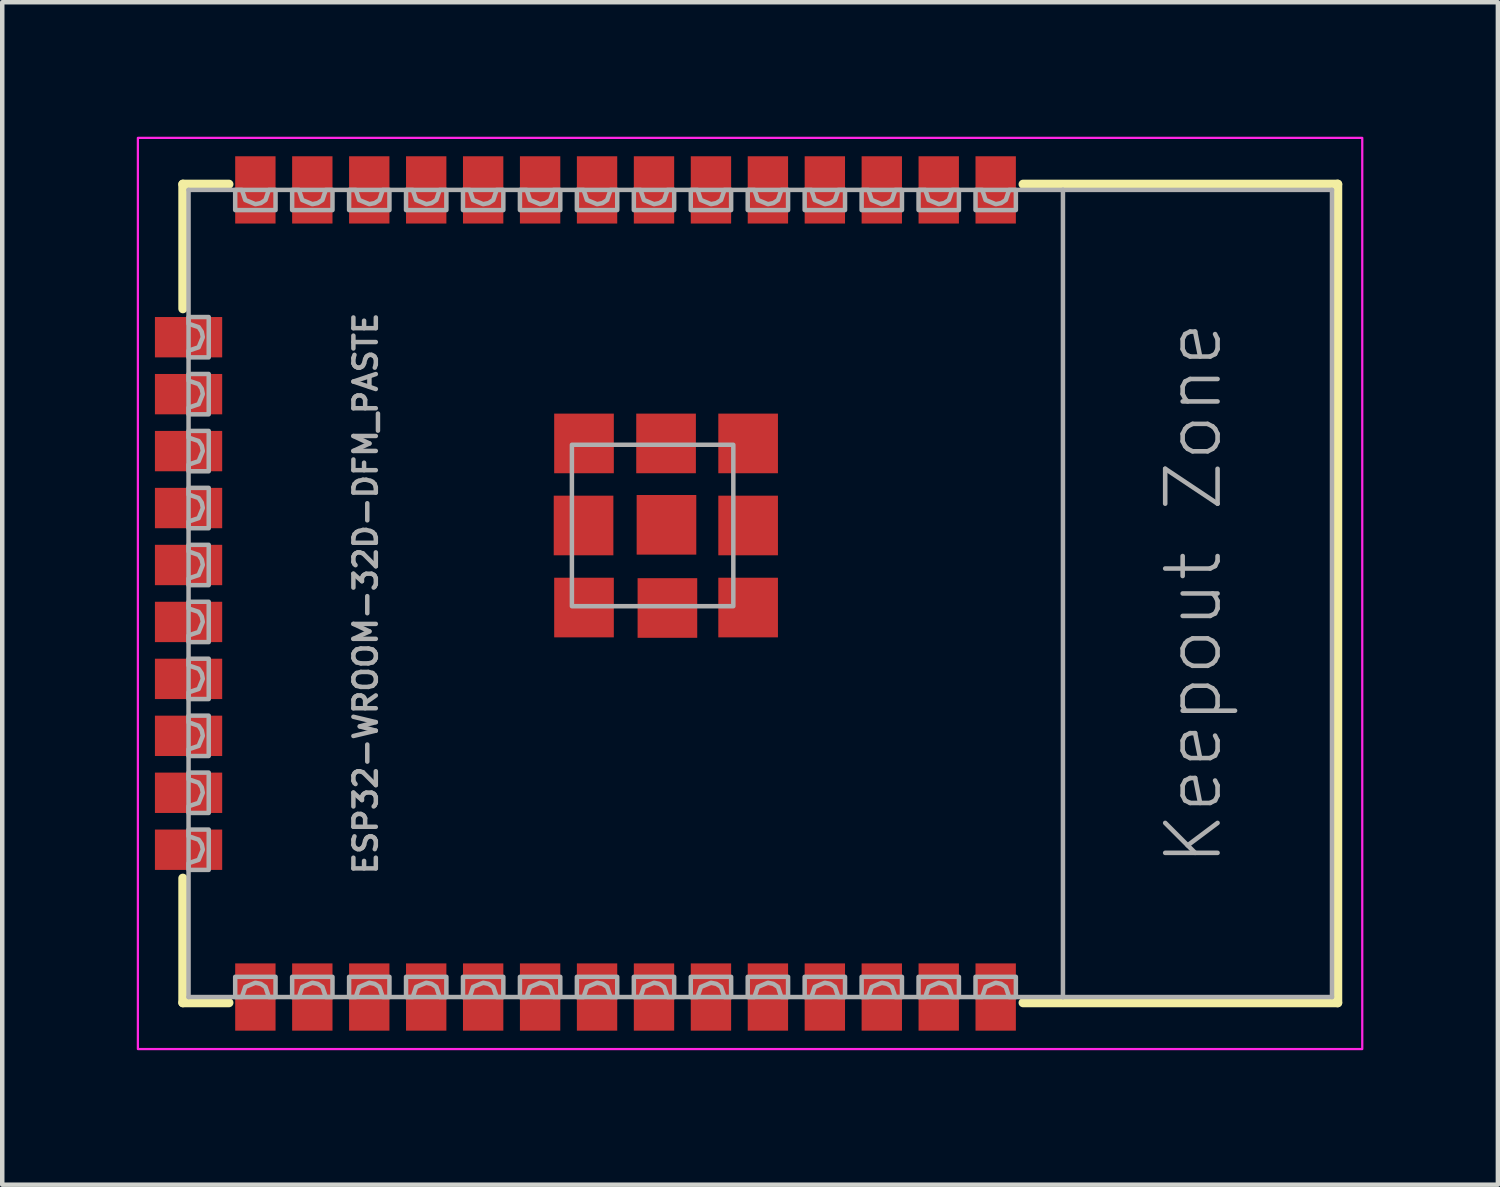
<source format=kicad_pcb>
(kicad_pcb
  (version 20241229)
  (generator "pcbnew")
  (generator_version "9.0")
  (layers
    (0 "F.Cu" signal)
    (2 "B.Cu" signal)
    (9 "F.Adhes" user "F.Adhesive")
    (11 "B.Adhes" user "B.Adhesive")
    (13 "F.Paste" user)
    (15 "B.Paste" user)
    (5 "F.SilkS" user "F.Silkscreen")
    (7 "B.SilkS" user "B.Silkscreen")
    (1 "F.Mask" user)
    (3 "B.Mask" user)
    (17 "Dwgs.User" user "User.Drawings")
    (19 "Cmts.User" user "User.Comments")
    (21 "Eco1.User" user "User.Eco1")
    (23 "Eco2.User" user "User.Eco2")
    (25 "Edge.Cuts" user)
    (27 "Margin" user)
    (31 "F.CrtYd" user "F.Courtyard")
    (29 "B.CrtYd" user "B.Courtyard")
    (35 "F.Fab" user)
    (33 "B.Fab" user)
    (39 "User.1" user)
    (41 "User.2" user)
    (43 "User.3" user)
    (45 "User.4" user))
  (footprint "ESP32-WROOM-32D-DFM_PASTE"
    (layer "F.Cu")
    (at 12.725 10.185)
    (property "Reference" "ESP32-WROOM-32D-DFM_PASTE" (at -7.62 0 90) (layer "F.Fab") (effects (font (size 0.5 0.5) (thickness 0.1) (bold yes))))
    (fp_line (start -11.697 -9.127) (end -10.67 -9.127) (stroke (width 0.203) (type solid)) (layer "F.SilkS"))
    (fp_line (start -11.697 -6.35) (end -11.697 -9.127) (stroke (width 0.203) (type solid)) (layer "F.SilkS"))
    (fp_line (start -11.697 6.35) (end -11.697 9.127) (stroke (width 0.203) (type solid)) (layer "F.SilkS"))
    (fp_line (start -11.697 9.127) (end -10.67 9.127) (stroke (width 0.203) (type solid)) (layer "F.SilkS"))
    (fp_line (start 7.041 -9.127) (end 14.057 -9.127) (stroke (width 0.203) (type solid)) (layer "F.SilkS"))
    (fp_line (start 7.041 9.127) (end 14.057 9.127) (stroke (width 0.203) (type solid)) (layer "F.SilkS"))
    (fp_line (start 14.057 -9.127) (end 14.057 9.127) (stroke (width 0.203) (type solid)) (layer "F.SilkS"))
    (fp_poly (pts (xy -10.8 -5.2) (xy -10.8 -6.2) (xy -12.6 -6.2) (xy -12.6 -5.2)) (stroke (width 0) (type default)) (fill yes) (layer "F.Paste"))
    (fp_poly (pts (xy -10.8 -3.95) (xy -10.8 -4.95) (xy -12.6 -4.95) (xy -12.6 -3.95)) (stroke (width 0) (type default)) (fill yes) (layer "F.Paste"))
    (fp_poly (pts (xy -10.8 -2.7) (xy -10.8 -3.7) (xy -12.6 -3.7) (xy -12.6 -2.7)) (stroke (width 0) (type default)) (fill yes) (layer "F.Paste"))
    (fp_poly (pts (xy -10.8 -1.4) (xy -10.8 -2.4) (xy -12.6 -2.4) (xy -12.6 -1.4)) (stroke (width 0) (type default)) (fill yes) (layer "F.Paste"))
    (fp_poly (pts (xy -10.8 -0.15) (xy -10.8 -1.15) (xy -12.6 -1.15) (xy -12.6 -0.15)) (stroke (width 0) (type default)) (fill yes) (layer "F.Paste"))
    (fp_poly (pts (xy -10.8 1.15) (xy -10.8 0.15) (xy -12.6 0.15) (xy -12.6 1.15)) (stroke (width 0) (type default)) (fill yes) (layer "F.Paste"))
    (fp_poly (pts (xy -10.8 2.4) (xy -10.8 1.4) (xy -12.6 1.4) (xy -12.6 2.4)) (stroke (width 0) (type default)) (fill yes) (layer "F.Paste"))
    (fp_poly (pts (xy -10.8 3.65) (xy -10.8 2.65) (xy -12.6 2.65) (xy -12.6 3.65)) (stroke (width 0) (type default)) (fill yes) (layer "F.Paste"))
    (fp_poly (pts (xy -10.8 4.95) (xy -10.8 3.95) (xy -12.6 3.95) (xy -12.6 4.95)) (stroke (width 0) (type default)) (fill yes) (layer "F.Paste"))
    (fp_poly (pts (xy -10.8 6.2) (xy -10.8 5.2) (xy -12.6 5.2) (xy -12.6 6.2)) (stroke (width 0) (type default)) (fill yes) (layer "F.Paste"))
    (fp_poly (pts (xy -10.6 -8.2) (xy -9.6 -8.2) (xy -9.6 -10) (xy -10.6 -10)) (stroke (width 0) (type default)) (fill yes) (layer "F.Paste"))
    (fp_poly (pts (xy -9.6 8.2) (xy -10.6 8.2) (xy -10.6 10) (xy -9.6 10)) (stroke (width 0) (type default)) (fill yes) (layer "F.Paste"))
    (fp_poly (pts (xy -9.3 -8.2) (xy -8.3 -8.2) (xy -8.3 -10) (xy -9.3 -10)) (stroke (width 0) (type default)) (fill yes) (layer "F.Paste"))
    (fp_poly (pts (xy -8.3 8.2) (xy -9.3 8.2) (xy -9.3 10) (xy -8.3 10)) (stroke (width 0) (type default)) (fill yes) (layer "F.Paste"))
    (fp_poly (pts (xy -8.05 -8.2) (xy -7.05 -8.2) (xy -7.05 -10) (xy -8.05 -10)) (stroke (width 0) (type default)) (fill yes) (layer "F.Paste"))
    (fp_poly (pts (xy -7.05 8.2) (xy -8.05 8.2) (xy -8.05 10) (xy -7.05 10)) (stroke (width 0) (type default)) (fill yes) (layer "F.Paste"))
    (fp_poly (pts (xy -6.75 -8.2) (xy -5.75 -8.2) (xy -5.75 -10) (xy -6.75 -10)) (stroke (width 0) (type default)) (fill yes) (layer "F.Paste"))
    (fp_poly (pts (xy -5.75 8.2) (xy -6.75 8.2) (xy -6.75 10) (xy -5.75 10)) (stroke (width 0) (type default)) (fill yes) (layer "F.Paste"))
    (fp_poly (pts (xy -5.5 -8.2) (xy -4.5 -8.2) (xy -4.5 -10) (xy -5.5 -10)) (stroke (width 0) (type default)) (fill yes) (layer "F.Paste"))
    (fp_poly (pts (xy -4.5 8.2) (xy -5.5 8.2) (xy -5.5 10) (xy -4.5 10)) (stroke (width 0) (type default)) (fill yes) (layer "F.Paste"))
    (fp_poly (pts (xy -4.25 -8.2) (xy -3.25 -8.2) (xy -3.25 -10) (xy -4.25 -10)) (stroke (width 0) (type default)) (fill yes) (layer "F.Paste"))
    (fp_poly (pts (xy -3.25 8.2) (xy -4.25 8.2) (xy -4.25 10) (xy -3.25 10)) (stroke (width 0) (type default)) (fill yes) (layer "F.Paste"))
    (fp_poly (pts (xy -3.2 -2.9) (xy -2.3 -2.9) (xy -2.3 -3.8) (xy -3.2 -3.8)) (stroke (width 0) (type default)) (fill yes) (layer "F.Paste"))
    (fp_poly (pts (xy -3.2 -1.05) (xy -2.3 -1.05) (xy -2.3 -1.95) (xy -3.2 -1.95)) (stroke (width 0) (type default)) (fill yes) (layer "F.Paste"))
    (fp_poly (pts (xy -3.2 0.8) (xy -2.3 0.8) (xy -2.3 -0.1) (xy -3.2 -0.1)) (stroke (width 0) (type default)) (fill yes) (layer "F.Paste"))
    (fp_poly (pts (xy -2.95 -8.2) (xy -1.95 -8.2) (xy -1.95 -10) (xy -2.95 -10)) (stroke (width 0) (type default)) (fill yes) (layer "F.Paste"))
    (fp_poly (pts (xy -1.95 8.2) (xy -2.95 8.2) (xy -2.95 10) (xy -1.95 10)) (stroke (width 0) (type default)) (fill yes) (layer "F.Paste"))
    (fp_poly (pts (xy -1.7 -8.2) (xy -0.7 -8.2) (xy -0.7 -10) (xy -1.7 -10)) (stroke (width 0) (type default)) (fill yes) (layer "F.Paste"))
    (fp_poly (pts (xy -1.35 -2.9) (xy -0.45 -2.9) (xy -0.45 -3.8) (xy -1.35 -3.8)) (stroke (width 0) (type default)) (fill yes) (layer "F.Paste"))
    (fp_poly (pts (xy -1.35 -1.1) (xy -0.45 -1.1) (xy -0.45 -2) (xy -1.35 -2)) (stroke (width 0) (type default)) (fill yes) (layer "F.Paste"))
    (fp_poly (pts (xy -1.35 0.8) (xy -0.45 0.8) (xy -0.45 -0.1) (xy -1.35 -0.1)) (stroke (width 0) (type default)) (fill yes) (layer "F.Paste"))
    (fp_poly (pts (xy -0.7 8.2) (xy -1.7 8.2) (xy -1.7 10) (xy -0.7 10)) (stroke (width 0) (type default)) (fill yes) (layer "F.Paste"))
    (fp_poly (pts (xy -0.4 -8.2) (xy 0.6 -8.2) (xy 0.6 -10) (xy -0.4 -10)) (stroke (width 0) (type default)) (fill yes) (layer "F.Paste"))
    (fp_poly (pts (xy 0.45 -2.9) (xy 1.35 -2.9) (xy 1.35 -3.8) (xy 0.45 -3.8)) (stroke (width 0) (type default)) (fill yes) (layer "F.Paste"))
    (fp_poly (pts (xy 0.5 -1.05) (xy 1.4 -1.05) (xy 1.4 -1.95) (xy 0.5 -1.95)) (stroke (width 0) (type default)) (fill yes) (layer "F.Paste"))
    (fp_poly (pts (xy 0.5 0.8) (xy 1.4 0.8) (xy 1.4 -0.1) (xy 0.5 -0.1)) (stroke (width 0) (type default)) (fill yes) (layer "F.Paste"))
    (fp_poly (pts (xy 0.6 8.2) (xy -0.4 8.2) (xy -0.4 10) (xy 0.6 10)) (stroke (width 0) (type default)) (fill yes) (layer "F.Paste"))
    (fp_poly (pts (xy 0.85 -8.2) (xy 1.85 -8.2) (xy 1.85 -10) (xy 0.85 -10)) (stroke (width 0) (type default)) (fill yes) (layer "F.Paste"))
    (fp_poly (pts (xy 1.85 8.2) (xy 0.85 8.2) (xy 0.85 10) (xy 1.85 10)) (stroke (width 0) (type default)) (fill yes) (layer "F.Paste"))
    (fp_poly (pts (xy 2.1 -8.2) (xy 3.1 -8.2) (xy 3.1 -10) (xy 2.1 -10)) (stroke (width 0) (type default)) (fill yes) (layer "F.Paste"))
    (fp_poly (pts (xy 3.1 8.2) (xy 2.1 8.2) (xy 2.1 10) (xy 3.1 10)) (stroke (width 0) (type default)) (fill yes) (layer "F.Paste"))
    (fp_poly (pts (xy 3.4 -8.2) (xy 4.4 -8.2) (xy 4.4 -10) (xy 3.4 -10)) (stroke (width 0) (type default)) (fill yes) (layer "F.Paste"))
    (fp_poly (pts (xy 4.4 8.2) (xy 3.4 8.2) (xy 3.4 10) (xy 4.4 10)) (stroke (width 0) (type default)) (fill yes) (layer "F.Paste"))
    (fp_poly (pts (xy 4.65 -8.2) (xy 5.65 -8.2) (xy 5.65 -10) (xy 4.65 -10)) (stroke (width 0) (type default)) (fill yes) (layer "F.Paste"))
    (fp_poly (pts (xy 5.65 8.2) (xy 4.65 8.2) (xy 4.65 10) (xy 5.65 10)) (stroke (width 0) (type default)) (fill yes) (layer "F.Paste"))
    (fp_poly (pts (xy 5.95 -8.2) (xy 6.95 -8.2) (xy 6.95 -10) (xy 5.95 -10)) (stroke (width 0) (type default)) (fill yes) (layer "F.Paste"))
    (fp_poly (pts (xy 6.95 8.2) (xy 5.95 8.2) (xy 5.95 10) (xy 6.95 10)) (stroke (width 0) (type default)) (fill yes) (layer "F.Paste"))
    (fp_rect (start 14.605 -10.16) (end -12.7 10.16) (stroke (width 0.05) (type default)) (fill no) (layer "F.CrtYd"))
    (fp_line (start -11.57 -9) (end 7.93 -9) (stroke (width 0.1) (type solid)) (layer "F.Fab"))
    (fp_line (start -11.57 9) (end -11.57 -9) (stroke (width 0.1) (type solid)) (layer "F.Fab"))
    (fp_line (start 7.93 -9) (end 13.93 -9) (stroke (width 0.1) (type solid)) (layer "F.Fab"))
    (fp_line (start 7.93 9) (end -11.57 9) (stroke (width 0.1) (type solid)) (layer "F.Fab"))
    (fp_line (start 7.93 9) (end 7.93 -9) (stroke (width 0.1) (type solid)) (layer "F.Fab"))
    (fp_line (start 13.93 -9) (end 13.93 9) (stroke (width 0.1) (type solid)) (layer "F.Fab"))
    (fp_line (start 13.93 9) (end 7.93 9) (stroke (width 0.1) (type solid)) (layer "F.Fab"))
    (fp_poly (pts (xy -3.021 0.284) (xy 0.579 0.284) (xy 0.579 -3.316) (xy -3.021 -3.316)) (stroke (width 0.1) (type default)) (fill no) (layer "F.Fab"))
    (fp_poly (pts (xy -11.12 -5.265) (xy -11.57 -5.265) (xy -11.57 -5.415) (xy -11.345 -5.49) (xy -11.252 -5.715) (xy -11.276 -5.837) (xy -11.345 -5.94) (xy -11.57 -6.015) (xy -11.57 -6.015) (xy -11.57 -6.165) (xy -11.12 -6.165)) (stroke (width 0.1) (type default)) (fill no) (layer "F.Fab"))
    (fp_poly (pts (xy -11.12 -3.995) (xy -11.57 -3.995) (xy -11.57 -4.145) (xy -11.345 -4.22) (xy -11.252 -4.445) (xy -11.276 -4.567) (xy -11.345 -4.67) (xy -11.57 -4.745) (xy -11.57 -4.745) (xy -11.57 -4.895) (xy -11.12 -4.895)) (stroke (width 0.1) (type default)) (fill no) (layer "F.Fab"))
    (fp_poly (pts (xy -11.12 -2.725) (xy -11.57 -2.725) (xy -11.57 -2.875) (xy -11.345 -2.95) (xy -11.252 -3.175) (xy -11.276 -3.297) (xy -11.345 -3.4) (xy -11.57 -3.475) (xy -11.57 -3.475) (xy -11.57 -3.625) (xy -11.12 -3.625)) (stroke (width 0.1) (type default)) (fill no) (layer "F.Fab"))
    (fp_poly (pts (xy -11.12 -1.455) (xy -11.57 -1.455) (xy -11.57 -1.605) (xy -11.345 -1.68) (xy -11.252 -1.905) (xy -11.276 -2.027) (xy -11.345 -2.13) (xy -11.57 -2.205) (xy -11.57 -2.205) (xy -11.57 -2.355) (xy -11.12 -2.355)) (stroke (width 0.1) (type default)) (fill no) (layer "F.Fab"))
    (fp_poly (pts (xy -11.12 -0.185) (xy -11.57 -0.185) (xy -11.57 -0.335) (xy -11.345 -0.41) (xy -11.252 -0.635) (xy -11.276 -0.757) (xy -11.345 -0.86) (xy -11.57 -0.935) (xy -11.57 -0.935) (xy -11.57 -1.085) (xy -11.12 -1.085)) (stroke (width 0.1) (type default)) (fill no) (layer "F.Fab"))
    (fp_poly (pts (xy -11.12 1.085) (xy -11.57 1.085) (xy -11.57 0.935) (xy -11.345 0.86) (xy -11.345 0.86) (xy -11.252 0.635) (xy -11.276 0.513) (xy -11.345 0.41) (xy -11.57 0.335) (xy -11.57 0.185) (xy -11.12 0.185)) (stroke (width 0.1) (type default)) (fill no) (layer "F.Fab"))
    (fp_poly (pts (xy -11.12 2.355) (xy -11.57 2.355) (xy -11.57 2.205) (xy -11.345 2.13) (xy -11.345 2.13) (xy -11.252 1.905) (xy -11.276 1.783) (xy -11.345 1.68) (xy -11.57 1.605) (xy -11.57 1.455) (xy -11.12 1.455)) (stroke (width 0.1) (type default)) (fill no) (layer "F.Fab"))
    (fp_poly (pts (xy -11.12 3.625) (xy -11.57 3.625) (xy -11.57 3.475) (xy -11.345 3.4) (xy -11.345 3.4) (xy -11.252 3.175) (xy -11.276 3.053) (xy -11.345 2.95) (xy -11.57 2.875) (xy -11.57 2.725) (xy -11.12 2.725)) (stroke (width 0.1) (type default)) (fill no) (layer "F.Fab"))
    (fp_poly (pts (xy -11.12 4.895) (xy -11.57 4.895) (xy -11.57 4.745) (xy -11.345 4.67) (xy -11.345 4.67) (xy -11.252 4.445) (xy -11.276 4.323) (xy -11.345 4.22) (xy -11.57 4.145) (xy -11.57 3.995) (xy -11.12 3.995)) (stroke (width 0.1) (type default)) (fill no) (layer "F.Fab"))
    (fp_poly (pts (xy -11.12 6.165) (xy -11.57 6.165) (xy -11.57 6.015) (xy -11.345 5.94) (xy -11.345 5.94) (xy -11.252 5.715) (xy -11.276 5.593) (xy -11.345 5.49) (xy -11.57 5.415) (xy -11.57 5.265) (xy -11.12 5.265)) (stroke (width 0.1) (type default)) (fill no) (layer "F.Fab"))
    (fp_poly (pts (xy -10.305 -8.775) (xy -10.305 -8.775) (xy -10.08 -8.682) (xy -9.958 -8.706) (xy -9.855 -8.775) (xy -9.78 -9) (xy -9.63 -9) (xy -9.63 -8.55) (xy -10.53 -8.55) (xy -10.53 -9) (xy -10.38 -9)) (stroke (width 0.1) (type default)) (fill no) (layer "F.Fab"))
    (fp_poly (pts (xy -9.63 9) (xy -9.78 9) (xy -9.855 8.775) (xy -9.958 8.706) (xy -10.08 8.682) (xy -10.305 8.775) (xy -10.305 8.775) (xy -10.38 9) (xy -10.53 9) (xy -10.53 8.55) (xy -9.63 8.55)) (stroke (width 0.1) (type default)) (fill no) (layer "F.Fab"))
    (fp_poly (pts (xy -9.035 -8.775) (xy -9.035 -8.775) (xy -8.81 -8.682) (xy -8.688 -8.706) (xy -8.585 -8.775) (xy -8.51 -9) (xy -8.36 -9) (xy -8.36 -8.55) (xy -9.26 -8.55) (xy -9.26 -9) (xy -9.11 -9)) (stroke (width 0.1) (type default)) (fill no) (layer "F.Fab"))
    (fp_poly (pts (xy -8.36 9) (xy -8.51 9) (xy -8.585 8.775) (xy -8.688 8.706) (xy -8.81 8.682) (xy -9.035 8.775) (xy -9.035 8.775) (xy -9.11 9) (xy -9.26 9) (xy -9.26 8.55) (xy -8.36 8.55)) (stroke (width 0.1) (type default)) (fill no) (layer "F.Fab"))
    (fp_poly (pts (xy -7.765 -8.775) (xy -7.765 -8.775) (xy -7.54 -8.682) (xy -7.418 -8.706) (xy -7.315 -8.775) (xy -7.24 -9) (xy -7.09 -9) (xy -7.09 -8.55) (xy -7.99 -8.55) (xy -7.99 -9) (xy -7.84 -9)) (stroke (width 0.1) (type default)) (fill no) (layer "F.Fab"))
    (fp_poly (pts (xy -7.09 9) (xy -7.24 9) (xy -7.315 8.775) (xy -7.418 8.706) (xy -7.54 8.682) (xy -7.765 8.775) (xy -7.765 8.775) (xy -7.84 9) (xy -7.99 9) (xy -7.99 8.55) (xy -7.09 8.55)) (stroke (width 0.1) (type default)) (fill no) (layer "F.Fab"))
    (fp_poly (pts (xy -6.495 -8.775) (xy -6.495 -8.775) (xy -6.27 -8.682) (xy -6.148 -8.706) (xy -6.045 -8.775) (xy -5.97 -9) (xy -5.82 -9) (xy -5.82 -8.55) (xy -6.72 -8.55) (xy -6.72 -9) (xy -6.57 -9)) (stroke (width 0.1) (type default)) (fill no) (layer "F.Fab"))
    (fp_poly (pts (xy -5.82 9) (xy -5.97 9) (xy -6.045 8.775) (xy -6.148 8.706) (xy -6.27 8.682) (xy -6.495 8.775) (xy -6.495 8.775) (xy -6.57 9) (xy -6.72 9) (xy -6.72 8.55) (xy -5.82 8.55)) (stroke (width 0.1) (type default)) (fill no) (layer "F.Fab"))
    (fp_poly (pts (xy -5.225 -8.775) (xy -5.225 -8.775) (xy -5 -8.682) (xy -4.878 -8.706) (xy -4.775 -8.775) (xy -4.7 -9) (xy -4.55 -9) (xy -4.55 -8.55) (xy -5.45 -8.55) (xy -5.45 -9) (xy -5.3 -9)) (stroke (width 0.1) (type default)) (fill no) (layer "F.Fab"))
    (fp_poly (pts (xy -4.55 9) (xy -4.7 9) (xy -4.775 8.775) (xy -4.878 8.706) (xy -5 8.682) (xy -5.225 8.775) (xy -5.225 8.775) (xy -5.3 9) (xy -5.45 9) (xy -5.45 8.55) (xy -4.55 8.55)) (stroke (width 0.1) (type default)) (fill no) (layer "F.Fab"))
    (fp_poly (pts (xy -3.955 -8.775) (xy -3.955 -8.775) (xy -3.73 -8.682) (xy -3.608 -8.706) (xy -3.505 -8.775) (xy -3.43 -9) (xy -3.28 -9) (xy -3.28 -8.55) (xy -4.18 -8.55) (xy -4.18 -9) (xy -4.03 -9)) (stroke (width 0.1) (type default)) (fill no) (layer "F.Fab"))
    (fp_poly (pts (xy -3.28 9) (xy -3.43 9) (xy -3.505 8.775) (xy -3.608 8.706) (xy -3.73 8.682) (xy -3.955 8.775) (xy -3.955 8.775) (xy -4.03 9) (xy -4.18 9) (xy -4.18 8.55) (xy -3.28 8.55)) (stroke (width 0.1) (type default)) (fill no) (layer "F.Fab"))
    (fp_poly (pts (xy -2.685 -8.775) (xy -2.685 -8.775) (xy -2.46 -8.682) (xy -2.338 -8.706) (xy -2.235 -8.775) (xy -2.16 -9) (xy -2.01 -9) (xy -2.01 -8.55) (xy -2.91 -8.55) (xy -2.91 -9) (xy -2.76 -9)) (stroke (width 0.1) (type default)) (fill no) (layer "F.Fab"))
    (fp_poly (pts (xy -2.01 9) (xy -2.16 9) (xy -2.235 8.775) (xy -2.338 8.706) (xy -2.46 8.682) (xy -2.685 8.775) (xy -2.685 8.775) (xy -2.76 9) (xy -2.91 9) (xy -2.91 8.55) (xy -2.01 8.55)) (stroke (width 0.1) (type default)) (fill no) (layer "F.Fab"))
    (fp_poly (pts (xy -1.415 -8.775) (xy -1.415 -8.775) (xy -1.19 -8.682) (xy -1.068 -8.706) (xy -0.965 -8.775) (xy -0.89 -9) (xy -0.74 -9) (xy -0.74 -8.55) (xy -1.64 -8.55) (xy -1.64 -9) (xy -1.49 -9)) (stroke (width 0.1) (type default)) (fill no) (layer "F.Fab"))
    (fp_poly (pts (xy -0.74 9) (xy -0.89 9) (xy -0.965 8.775) (xy -1.068 8.706) (xy -1.19 8.682) (xy -1.415 8.775) (xy -1.415 8.775) (xy -1.49 9) (xy -1.64 9) (xy -1.64 8.55) (xy -0.74 8.55)) (stroke (width 0.1) (type default)) (fill no) (layer "F.Fab"))
    (fp_poly (pts (xy 0.38 -9) (xy 0.53 -9) (xy 0.53 -8.55) (xy -0.37 -8.55) (xy -0.37 -9) (xy -0.22 -9) (xy -0.145 -8.775) (xy 0.08 -8.682) (xy 0.202 -8.706) (xy 0.305 -8.775) (xy 0.38 -9)) (stroke (width 0.1) (type default)) (fill no) (layer "F.Fab"))
    (fp_poly (pts (xy 0.53 9) (xy 0.38 9) (xy 0.38 9) (xy 0.305 8.775) (xy 0.202 8.706) (xy 0.08 8.682) (xy -0.145 8.775) (xy -0.22 9) (xy -0.37 9) (xy -0.37 8.55) (xy 0.53 8.55)) (stroke (width 0.1) (type default)) (fill no) (layer "F.Fab"))
    (fp_poly (pts (xy 1.65 -9) (xy 1.8 -9) (xy 1.8 -8.55) (xy 0.9 -8.55) (xy 0.9 -9) (xy 1.05 -9) (xy 1.125 -8.775) (xy 1.35 -8.682) (xy 1.472 -8.706) (xy 1.575 -8.775) (xy 1.65 -9)) (stroke (width 0.1) (type default)) (fill no) (layer "F.Fab"))
    (fp_poly (pts (xy 1.8 9) (xy 1.65 9) (xy 1.65 9) (xy 1.575 8.775) (xy 1.472 8.706) (xy 1.35 8.682) (xy 1.125 8.775) (xy 1.05 9) (xy 0.9 9) (xy 0.9 8.55) (xy 1.8 8.55)) (stroke (width 0.1) (type default)) (fill no) (layer "F.Fab"))
    (fp_poly (pts (xy 2.92 -9) (xy 3.07 -9) (xy 3.07 -8.55) (xy 2.17 -8.55) (xy 2.17 -9) (xy 2.32 -9) (xy 2.395 -8.775) (xy 2.62 -8.682) (xy 2.742 -8.706) (xy 2.845 -8.775) (xy 2.92 -9)) (stroke (width 0.1) (type default)) (fill no) (layer "F.Fab"))
    (fp_poly (pts (xy 3.07 9) (xy 2.92 9) (xy 2.92 9) (xy 2.845 8.775) (xy 2.742 8.706) (xy 2.62 8.682) (xy 2.395 8.775) (xy 2.32 9) (xy 2.17 9) (xy 2.17 8.55) (xy 3.07 8.55)) (stroke (width 0.1) (type default)) (fill no) (layer "F.Fab"))
    (fp_poly (pts (xy 4.19 -9) (xy 4.34 -9) (xy 4.34 -8.55) (xy 3.44 -8.55) (xy 3.44 -9) (xy 3.59 -9) (xy 3.665 -8.775) (xy 3.89 -8.682) (xy 4.012 -8.706) (xy 4.115 -8.775) (xy 4.19 -9)) (stroke (width 0.1) (type default)) (fill no) (layer "F.Fab"))
    (fp_poly (pts (xy 4.34 9) (xy 4.19 9) (xy 4.19 9) (xy 4.115 8.775) (xy 4.012 8.706) (xy 3.89 8.682) (xy 3.665 8.775) (xy 3.59 9) (xy 3.44 9) (xy 3.44 8.55) (xy 4.34 8.55)) (stroke (width 0.1) (type default)) (fill no) (layer "F.Fab"))
    (fp_poly (pts (xy 5.46 -9) (xy 5.61 -9) (xy 5.61 -8.55) (xy 4.71 -8.55) (xy 4.71 -9) (xy 4.86 -9) (xy 4.935 -8.775) (xy 5.16 -8.682) (xy 5.282 -8.706) (xy 5.385 -8.775) (xy 5.46 -9)) (stroke (width 0.1) (type default)) (fill no) (layer "F.Fab"))
    (fp_poly (pts (xy 5.61 9) (xy 5.46 9) (xy 5.46 9) (xy 5.385 8.775) (xy 5.282 8.706) (xy 5.16 8.682) (xy 4.935 8.775) (xy 4.86 9) (xy 4.71 9) (xy 4.71 8.55) (xy 5.61 8.55)) (stroke (width 0.1) (type default)) (fill no) (layer "F.Fab"))
    (fp_poly (pts (xy 6.73 -9) (xy 6.88 -9) (xy 6.88 -8.55) (xy 5.98 -8.55) (xy 5.98 -9) (xy 6.13 -9) (xy 6.205 -8.775) (xy 6.43 -8.682) (xy 6.552 -8.706) (xy 6.655 -8.775) (xy 6.73 -9)) (stroke (width 0.1) (type default)) (fill no) (layer "F.Fab"))
    (fp_poly (pts (xy 6.88 9) (xy 6.73 9) (xy 6.73 9) (xy 6.655 8.775) (xy 6.552 8.706) (xy 6.43 8.682) (xy 6.205 8.775) (xy 6.13 9) (xy 5.98 9) (xy 5.98 8.55) (xy 6.88 8.55)) (stroke (width 0.1) (type default)) (fill no) (layer "F.Fab"))
    (fp_text user "Keepout Zone" (at 10.16 0 90) (layer "F.Fab") (effects (font (size 1.168 1.168) (thickness 0.102)) (justify top)))
    (pad "1" smd rect (at 6.43 -9) (size 0.9 1.5) (layers "F.Cu" "F.Mask"))
    (pad "2" smd rect (at 5.16 -9) (size 0.9 1.5) (layers "F.Cu" "F.Mask"))
    (pad "3" smd rect (at 3.89 -9) (size 0.9 1.5) (layers "F.Cu" "F.Mask"))
    (pad "4" smd rect (at 2.62 -9) (size 0.9 1.5) (layers "F.Cu" "F.Mask"))
    (pad "5" smd rect (at 1.35 -9) (size 0.9 1.5) (layers "F.Cu" "F.Mask"))
    (pad "6" smd rect (at 0.08 -9) (size 0.9 1.5) (layers "F.Cu" "F.Mask"))
    (pad "7" smd rect (at -1.19 -9) (size 0.9 1.5) (layers "F.Cu" "F.Mask"))
    (pad "8" smd rect (at -2.46 -9) (size 0.9 1.5) (layers "F.Cu" "F.Mask"))
    (pad "9" smd rect (at -3.73 -9) (size 0.9 1.5) (layers "F.Cu" "F.Mask"))
    (pad "10" smd rect (at -5 -9) (size 0.9 1.5) (layers "F.Cu" "F.Mask"))
    (pad "11" smd rect (at -6.27 -9) (size 0.9 1.5) (layers "F.Cu" "F.Mask"))
    (pad "12" smd rect (at -7.54 -9) (size 0.9 1.5) (layers "F.Cu" "F.Mask"))
    (pad "13" smd rect (at -8.81 -9) (size 0.9 1.5) (layers "F.Cu" "F.Mask"))
    (pad "14" smd rect (at -10.08 -9) (size 0.9 1.5) (layers "F.Cu" "F.Mask"))
    (pad "15" smd rect (at -11.57 -5.715 90) (size 0.9 1.5) (layers "F.Cu" "F.Mask"))
    (pad "16" smd rect (at -11.57 -4.445 90) (size 0.9 1.5) (layers "F.Cu" "F.Mask"))
    (pad "17" smd rect (at -11.57 -3.175 90) (size 0.9 1.5) (layers "F.Cu" "F.Mask"))
    (pad "18" smd rect (at -11.57 -1.905 90) (size 0.9 1.5) (layers "F.Cu" "F.Mask"))
    (pad "19" smd rect (at -11.57 -0.635 90) (size 0.9 1.5) (layers "F.Cu" "F.Mask"))
    (pad "20" smd rect (at -11.57 0.635 90) (size 0.9 1.5) (layers "F.Cu" "F.Mask"))
    (pad "21" smd rect (at -11.57 1.905 90) (size 0.9 1.5) (layers "F.Cu" "F.Mask"))
    (pad "22" smd rect (at -11.57 3.175 90) (size 0.9 1.5) (layers "F.Cu" "F.Mask"))
    (pad "23" smd rect (at -11.57 4.445 90) (size 0.9 1.5) (layers "F.Cu" "F.Mask"))
    (pad "24" smd rect (at -11.57 5.715 90) (size 0.9 1.5) (layers "F.Cu" "F.Mask"))
    (pad "25" smd rect (at -10.08 9) (size 0.9 1.5) (layers "F.Cu" "F.Mask"))
    (pad "26" smd rect (at -8.81 9) (size 0.9 1.5) (layers "F.Cu" "F.Mask"))
    (pad "27" smd rect (at -7.54 9) (size 0.9 1.5) (layers "F.Cu" "F.Mask"))
    (pad "28" smd rect (at -6.27 9) (size 0.9 1.5) (layers "F.Cu" "F.Mask"))
    (pad "29" smd rect (at -5 9) (size 0.9 1.5) (layers "F.Cu" "F.Mask"))
    (pad "30" smd rect (at -3.73 9) (size 0.9 1.5) (layers "F.Cu" "F.Mask"))
    (pad "31" smd rect (at -2.46 9) (size 0.9 1.5) (layers "F.Cu" "F.Mask"))
    (pad "32" smd rect (at -1.19 9) (size 0.9 1.5) (layers "F.Cu" "F.Mask"))
    (pad "33" smd rect (at 0.08 9) (size 0.9 1.5) (layers "F.Cu" "F.Mask"))
    (pad "34" smd rect (at 1.35 9) (size 0.9 1.5) (layers "F.Cu" "F.Mask"))
    (pad "35" smd rect (at 2.62 9) (size 0.9 1.5) (layers "F.Cu" "F.Mask"))
    (pad "36" smd rect (at 3.89 9) (size 0.9 1.5) (layers "F.Cu" "F.Mask"))
    (pad "37" smd rect (at 5.16 9) (size 0.9 1.5) (layers "F.Cu" "F.Mask"))
    (pad "38" smd rect (at 6.43 9) (size 0.9 1.5) (layers "F.Cu" "F.Mask"))
    (pad "49.1" smd rect (at 0.909 -3.346) (size 1.33 1.33) (layers "F.Cu" "F.Mask"))
    (pad "49.2" smd rect (at -0.921 -3.346) (size 1.33 1.33) (layers "F.Cu" "F.Mask"))
    (pad "49.3" smd rect (at -2.751 -3.346) (size 1.33 1.33) (layers "F.Cu" "F.Mask"))
    (pad "49.4" smd rect (at -2.761 -1.516) (size 1.33 1.33) (layers "F.Cu" "F.Mask"))
    (pad "49.5" smd rect (at -2.751 0.314) (size 1.33 1.33) (layers "F.Cu" "F.Mask"))
    (pad "49.6" smd rect (at -0.891 0.324) (size 1.33 1.33) (layers "F.Cu" "F.Mask"))
    (pad "49.7" smd rect (at 0.909 0.314) (size 1.33 1.33) (layers "F.Cu" "F.Mask"))
    (pad "49.8" smd rect (at 0.909 -1.516) (size 1.33 1.33) (layers "F.Cu" "F.Mask"))
    (pad "49.9" smd rect (at -0.912 -1.531) (size 1.33 1.33) (layers "F.Cu" "F.Mask")))
  (gr_rect
    (start -3 -3)
    (end 30.355 23.37)
    (stroke (width 0.1) (type default))
    (fill no)
    (layer "Edge.Cuts")))
</source>
